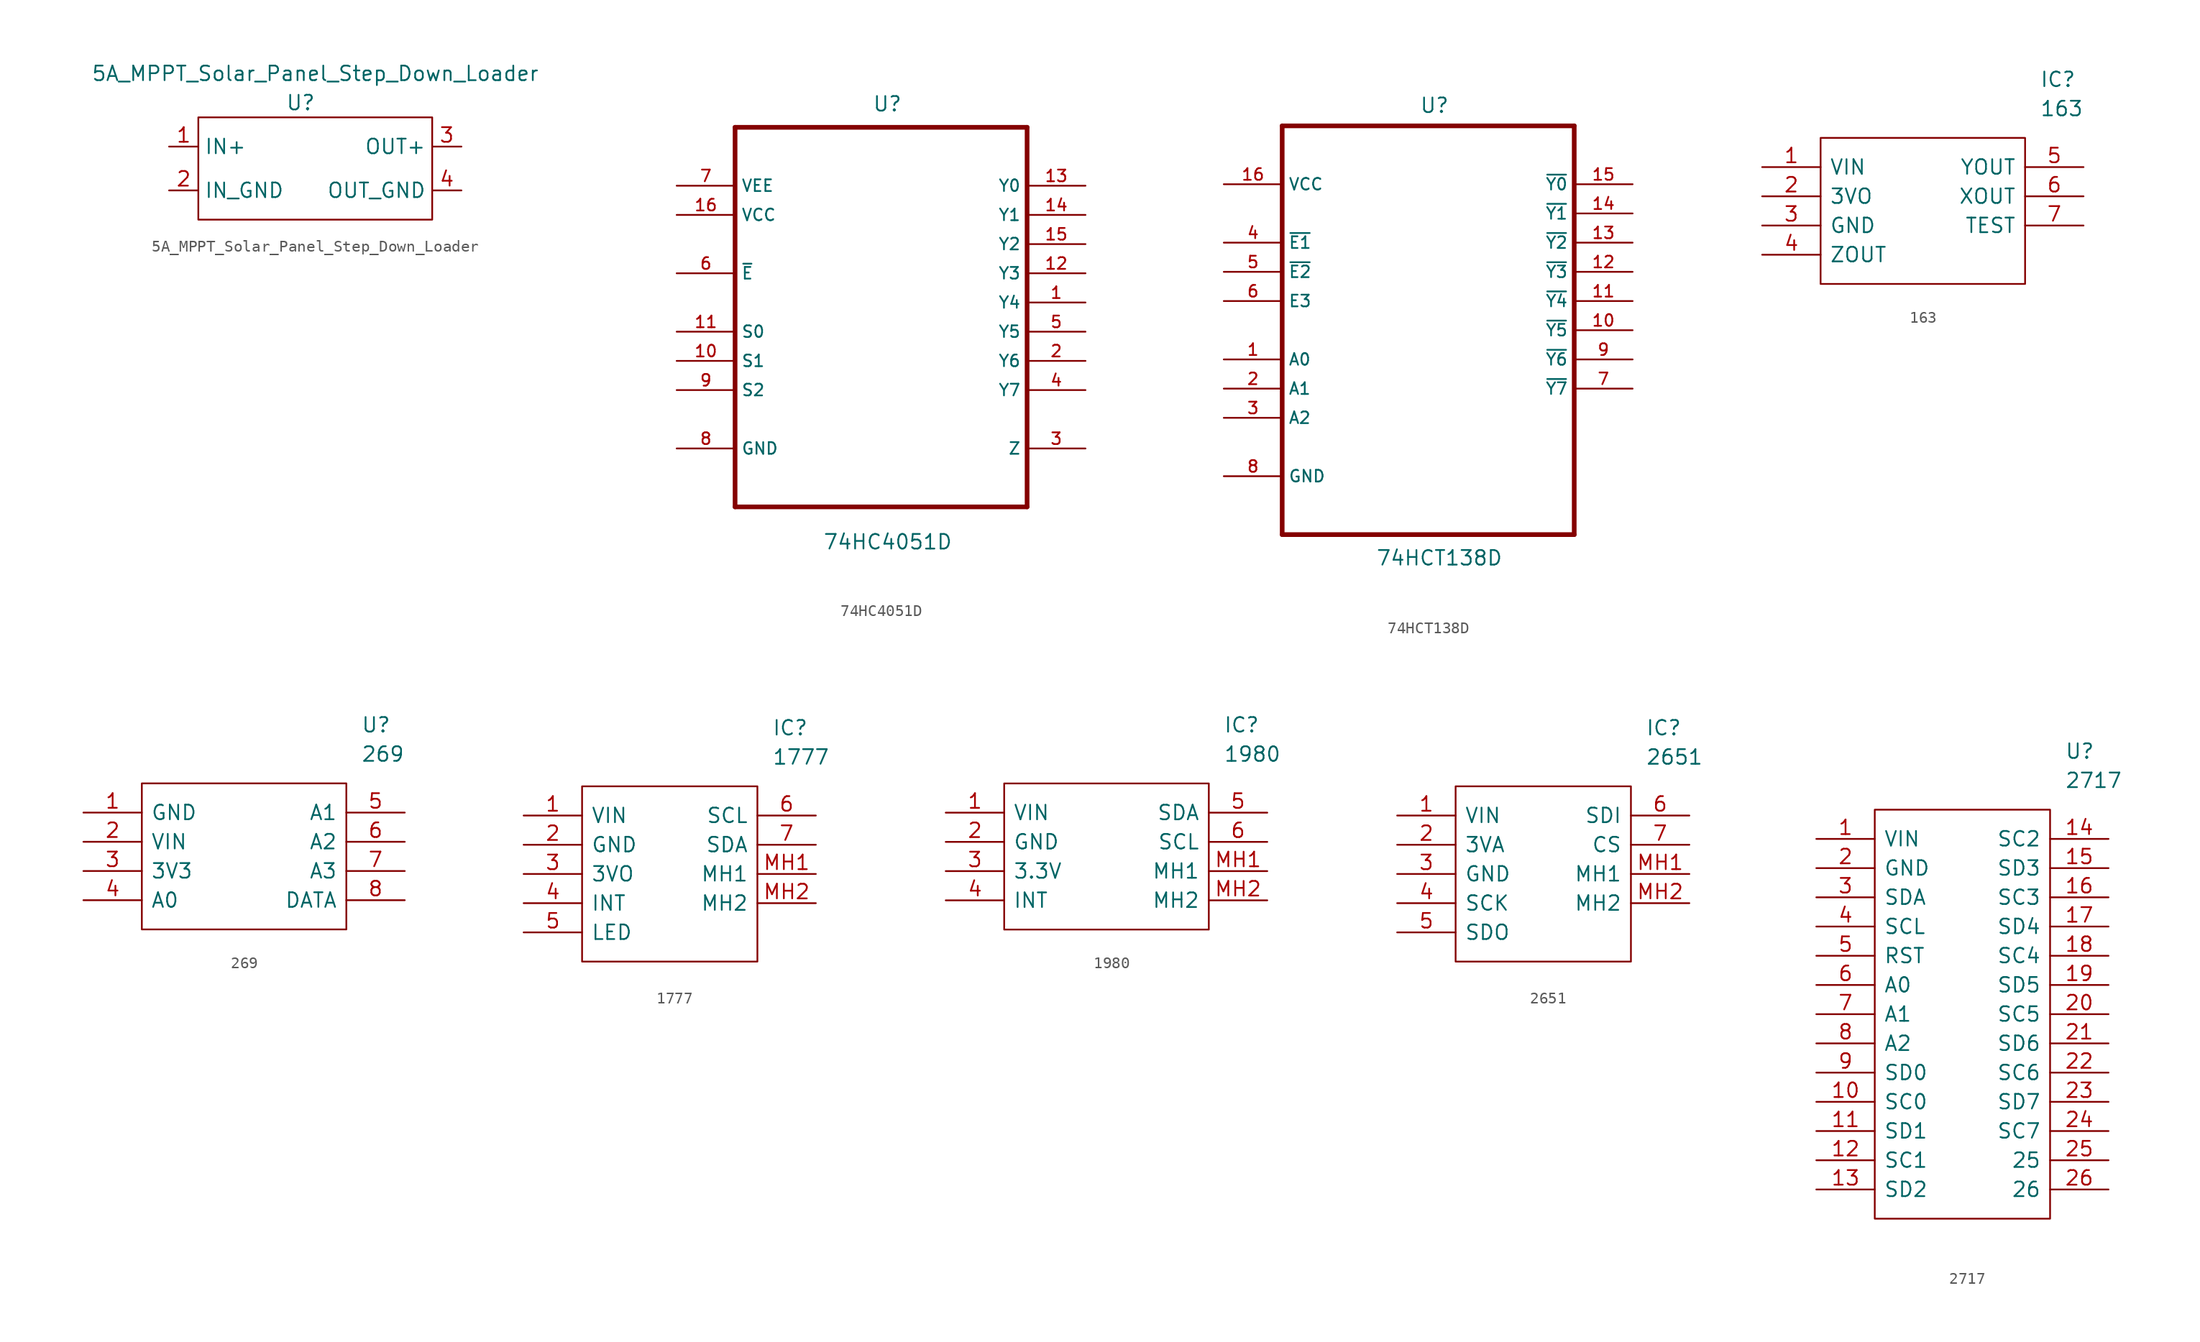
<source format=kicad_sym>
(kicad_symbol_lib
  (version 20201005)
  (generator kicad_symbol_editor)
  (symbol "Zimprich:5A_MPPT_Solar_Panel_Step_Down_Loader"
    (property "Reference" "U"
      (at -1.27 5.08 0)
      (effects (font (size 1.27 1.27))))
    (property "Value" "5A_MPPT_Solar_Panel_Step_Down_Loader"
      (at 0 7.62 0)
      (effects (font (size 1.27 1.27))))
    (symbol "5A_MPPT_Solar_Panel_Step_Down_Loader_0_1"
      (rectangle (start -10.16 3.81) (end 10.16 -5.08) (stroke (width 0)) (fill (type none))))
    (symbol "5A_MPPT_Solar_Panel_Step_Down_Loader_1_1"
      (pin input line (at -12.7 1.27 0) (length 2.54) (name "IN+" (effects (font (size 1.27 1.27)))) (number "1" (effects (font (size 1.27 1.27)))))
      (pin input line (at -12.7 -2.54 0) (length 2.54) (name "IN_GND" (effects (font (size 1.27 1.27)))) (number "2" (effects (font (size 1.27 1.27)))))
      (pin input line (at 12.7 1.27 180) (length 2.54) (name "OUT+" (effects (font (size 1.27 1.27)))) (number "3" (effects (font (size 1.27 1.27)))))
      (pin input line (at 12.7 -2.54 180) (length 2.54) (name "OUT_GND" (effects (font (size 1.27 1.27)))) (number "4" (effects (font (size 1.27 1.27)))))))
  (symbol "Zimprich:74HC4051D"
    (property "Reference" "U"
      (at -0.762 14.732 0)
      (effects (font (size 1.27 1.27)) (justify left)))
    (property "Value" "74HC4051D"
      (at -5.08 -23.368 0)
      (effects (font (size 1.27 1.27)) (justify left)))
    (symbol "74HC4051D_0_0"
      (polyline (pts (xy -12.7 -20.32) (xy 12.7 -20.32)) (stroke (width 0.406)) (fill (type none)))
      (polyline (pts (xy -12.7 12.7) (xy -12.7 -20.32)) (stroke (width 0.406)) (fill (type none)))
      (polyline (pts (xy 12.7 -20.32) (xy 12.7 12.7)) (stroke (width 0.406)) (fill (type none)))
      (polyline (pts (xy 12.7 12.7) (xy -12.7 12.7)) (stroke (width 0.406)) (fill (type none)))
      (pin bidirectional line (at 17.78 -2.54 180) (length 5.08) (name "Y4" (effects (font (size 1.016 1.016)))) (number "1" (effects (font (size 1.016 1.016)))))
      (pin input line (at -17.78 -7.62 0) (length 5.08) (name "S1" (effects (font (size 1.016 1.016)))) (number "10" (effects (font (size 1.016 1.016)))))
      (pin input line (at -17.78 -5.08 0) (length 5.08) (name "S0" (effects (font (size 1.016 1.016)))) (number "11" (effects (font (size 1.016 1.016)))))
      (pin bidirectional line (at 17.78 0 180) (length 5.08) (name "Y3" (effects (font (size 1.016 1.016)))) (number "12" (effects (font (size 1.016 1.016)))))
      (pin bidirectional line (at 17.78 7.62 180) (length 5.08) (name "Y0" (effects (font (size 1.016 1.016)))) (number "13" (effects (font (size 1.016 1.016)))))
      (pin bidirectional line (at 17.78 5.08 180) (length 5.08) (name "Y1" (effects (font (size 1.016 1.016)))) (number "14" (effects (font (size 1.016 1.016)))))
      (pin bidirectional line (at 17.78 2.54 180) (length 5.08) (name "Y2" (effects (font (size 1.016 1.016)))) (number "15" (effects (font (size 1.016 1.016)))))
      (pin input line (at -17.78 5.08 0) (length 5.08) (name "VCC" (effects (font (size 1.016 1.016)))) (number "16" (effects (font (size 1.016 1.016)))))
      (pin bidirectional line (at 17.78 -7.62 180) (length 5.08) (name "Y6" (effects (font (size 1.016 1.016)))) (number "2" (effects (font (size 1.016 1.016)))))
      (pin bidirectional line (at 17.78 -15.24 180) (length 5.08) (name "Z" (effects (font (size 1.016 1.016)))) (number "3" (effects (font (size 1.016 1.016)))))
      (pin bidirectional line (at 17.78 -10.16 180) (length 5.08) (name "Y7" (effects (font (size 1.016 1.016)))) (number "4" (effects (font (size 1.016 1.016)))))
      (pin bidirectional line (at 17.78 -5.08 180) (length 5.08) (name "Y5" (effects (font (size 1.016 1.016)))) (number "5" (effects (font (size 1.016 1.016)))))
      (pin input line (at -17.78 0 0) (length 5.08) (name "~E" (effects (font (size 1.016 1.016)))) (number "6" (effects (font (size 1.016 1.016)))))
      (pin input line (at -17.78 7.62 0) (length 5.08) (name "VEE" (effects (font (size 1.016 1.016)))) (number "7" (effects (font (size 1.016 1.016)))))
      (pin passive line (at -17.78 -15.24 0) (length 5.08) (name "GND" (effects (font (size 1.016 1.016)))) (number "8" (effects (font (size 1.016 1.016)))))
      (pin input line (at -17.78 -10.16 0) (length 5.08) (name "S2" (effects (font (size 1.016 1.016)))) (number "9" (effects (font (size 1.016 1.016)))))))
  (symbol "Zimprich:74HCT138D"
    (property "Reference" "U"
      (at -0.762 17.018 0)
      (effects (font (size 1.27 1.27)) (justify left)))
    (property "Value" "74HCT138D"
      (at -4.572 -22.352 0)
      (effects (font (size 1.27 1.27)) (justify left)))
    (property "ki_locked" ""
      (at 0 0 0)
      (effects (font (size 1.27 1.27))))
    (symbol "74HCT138D_0_0"
      (polyline (pts (xy -12.7 -20.32) (xy 12.7 -20.32)) (stroke (width 0.406)) (fill (type none)))
      (polyline (pts (xy -12.7 15.24) (xy -12.7 -20.32)) (stroke (width 0.406)) (fill (type none)))
      (polyline (pts (xy 12.7 -20.32) (xy 12.7 15.24)) (stroke (width 0.406)) (fill (type none)))
      (polyline (pts (xy 12.7 15.24) (xy -12.7 15.24)) (stroke (width 0.406)) (fill (type none)))
      (pin input line (at -17.78 -5.08 0) (length 5.08) (name "A0" (effects (font (size 1.016 1.016)))) (number "1" (effects (font (size 1.016 1.016)))))
      (pin output line (at 17.78 -2.54 180) (length 5.08) (name "~Y5" (effects (font (size 1.016 1.016)))) (number "10" (effects (font (size 1.016 1.016)))))
      (pin output line (at 17.78 0 180) (length 5.08) (name "~Y4" (effects (font (size 1.016 1.016)))) (number "11" (effects (font (size 1.016 1.016)))))
      (pin output line (at 17.78 2.54 180) (length 5.08) (name "~Y3" (effects (font (size 1.016 1.016)))) (number "12" (effects (font (size 1.016 1.016)))))
      (pin output line (at 17.78 5.08 180) (length 5.08) (name "~Y2" (effects (font (size 1.016 1.016)))) (number "13" (effects (font (size 1.016 1.016)))))
      (pin output line (at 17.78 7.62 180) (length 5.08) (name "~Y1" (effects (font (size 1.016 1.016)))) (number "14" (effects (font (size 1.016 1.016)))))
      (pin output line (at 17.78 10.16 180) (length 5.08) (name "~Y0" (effects (font (size 1.016 1.016)))) (number "15" (effects (font (size 1.016 1.016)))))
      (pin input line (at -17.78 10.16 0) (length 5.08) (name "VCC" (effects (font (size 1.016 1.016)))) (number "16" (effects (font (size 1.016 1.016)))))
      (pin input line (at -17.78 -7.62 0) (length 5.08) (name "A1" (effects (font (size 1.016 1.016)))) (number "2" (effects (font (size 1.016 1.016)))))
      (pin input line (at -17.78 -10.16 0) (length 5.08) (name "A2" (effects (font (size 1.016 1.016)))) (number "3" (effects (font (size 1.016 1.016)))))
      (pin input line (at -17.78 5.08 0) (length 5.08) (name "~E1" (effects (font (size 1.016 1.016)))) (number "4" (effects (font (size 1.016 1.016)))))
      (pin input line (at -17.78 2.54 0) (length 5.08) (name "~E2" (effects (font (size 1.016 1.016)))) (number "5" (effects (font (size 1.016 1.016)))))
      (pin input line (at -17.78 0 0) (length 5.08) (name "E3" (effects (font (size 1.016 1.016)))) (number "6" (effects (font (size 1.016 1.016)))))
      (pin output line (at 17.78 -7.62 180) (length 5.08) (name "~Y7" (effects (font (size 1.016 1.016)))) (number "7" (effects (font (size 1.016 1.016)))))
      (pin passive line (at -17.78 -15.24 0) (length 5.08) (name "GND" (effects (font (size 1.016 1.016)))) (number "8" (effects (font (size 1.016 1.016)))))
      (pin output line (at 17.78 -5.08 180) (length 5.08) (name "~Y6" (effects (font (size 1.016 1.016)))) (number "9" (effects (font (size 1.016 1.016)))))))
  (symbol "Zimprich:163"
    (pin_names
      (offset 0.762))
    (property "Reference" "IC"
      (at 24.13 7.62 0)
      (effects (font (size 1.27 1.27)) (justify left)))
    (property "Value" "163"
      (at 24.13 5.08 0)
      (effects (font (size 1.27 1.27)) (justify left)))
    (symbol "163_0_0"
      (pin bidirectional line (at 0 0 0) (length 5.08) (name "VIN" (effects (font (size 1.27 1.27)))) (number "1" (effects (font (size 1.27 1.27)))))
      (pin bidirectional line (at 0 -2.54 0) (length 5.08) (name "3VO" (effects (font (size 1.27 1.27)))) (number "2" (effects (font (size 1.27 1.27)))))
      (pin bidirectional line (at 0 -5.08 0) (length 5.08) (name "GND" (effects (font (size 1.27 1.27)))) (number "3" (effects (font (size 1.27 1.27)))))
      (pin bidirectional line (at 0 -7.62 0) (length 5.08) (name "ZOUT" (effects (font (size 1.27 1.27)))) (number "4" (effects (font (size 1.27 1.27)))))
      (pin bidirectional line (at 27.94 0 180) (length 5.08) (name "YOUT" (effects (font (size 1.27 1.27)))) (number "5" (effects (font (size 1.27 1.27)))))
      (pin bidirectional line (at 27.94 -2.54 180) (length 5.08) (name "XOUT" (effects (font (size 1.27 1.27)))) (number "6" (effects (font (size 1.27 1.27)))))
      (pin bidirectional line (at 27.94 -5.08 180) (length 5.08) (name "TEST" (effects (font (size 1.27 1.27)))) (number "7" (effects (font (size 1.27 1.27))))))
    (symbol "163_0_1"
      (polyline (pts (xy 5.08 2.54) (xy 22.86 2.54) (xy 22.86 -10.16) (xy 5.08 -10.16) (xy 5.08 2.54)) (stroke (width 0.152)) (fill (type none)))))
  (symbol "Zimprich:269"
    (pin_names
      (offset 0.762))
    (property "Reference" "U"
      (at 24.13 7.62 0)
      (effects (font (size 1.27 1.27)) (justify left)))
    (property "Value" "269"
      (at 24.13 5.08 0)
      (effects (font (size 1.27 1.27)) (justify left)))
    (symbol "269_0_0"
      (pin bidirectional line (at 0 0 0) (length 5.08) (name "GND" (effects (font (size 1.27 1.27)))) (number "1" (effects (font (size 1.27 1.27)))))
      (pin bidirectional line (at 0 -2.54 0) (length 5.08) (name "VIN" (effects (font (size 1.27 1.27)))) (number "2" (effects (font (size 1.27 1.27)))))
      (pin bidirectional line (at 0 -5.08 0) (length 5.08) (name "3V3" (effects (font (size 1.27 1.27)))) (number "3" (effects (font (size 1.27 1.27)))))
      (pin bidirectional line (at 0 -7.62 0) (length 5.08) (name "A0" (effects (font (size 1.27 1.27)))) (number "4" (effects (font (size 1.27 1.27)))))
      (pin bidirectional line (at 27.94 0 180) (length 5.08) (name "A1" (effects (font (size 1.27 1.27)))) (number "5" (effects (font (size 1.27 1.27)))))
      (pin bidirectional line (at 27.94 -2.54 180) (length 5.08) (name "A2" (effects (font (size 1.27 1.27)))) (number "6" (effects (font (size 1.27 1.27)))))
      (pin bidirectional line (at 27.94 -5.08 180) (length 5.08) (name "A3" (effects (font (size 1.27 1.27)))) (number "7" (effects (font (size 1.27 1.27)))))
      (pin bidirectional line (at 27.94 -7.62 180) (length 5.08) (name "DATA" (effects (font (size 1.27 1.27)))) (number "8" (effects (font (size 1.27 1.27))))))
    (symbol "269_0_1"
      (polyline (pts (xy 5.08 2.54) (xy 22.86 2.54) (xy 22.86 -10.16) (xy 5.08 -10.16) (xy 5.08 2.54)) (stroke (width 0.152)) (fill (type none)))))
  (symbol "Zimprich:1777"
    (pin_names
      (offset 0.762))
    (property "Reference" "IC"
      (at 21.59 7.62 0)
      (effects (font (size 1.27 1.27)) (justify left)))
    (property "Value" "1777"
      (at 21.59 5.08 0)
      (effects (font (size 1.27 1.27)) (justify left)))
    (symbol "1777_0_0"
      (pin unspecified line (at 0 0 0) (length 5.08) (name "VIN" (effects (font (size 1.27 1.27)))) (number "1" (effects (font (size 1.27 1.27)))))
      (pin unspecified line (at 0 -2.54 0) (length 5.08) (name "GND" (effects (font (size 1.27 1.27)))) (number "2" (effects (font (size 1.27 1.27)))))
      (pin unspecified line (at 0 -5.08 0) (length 5.08) (name "3VO" (effects (font (size 1.27 1.27)))) (number "3" (effects (font (size 1.27 1.27)))))
      (pin unspecified line (at 0 -7.62 0) (length 5.08) (name "INT" (effects (font (size 1.27 1.27)))) (number "4" (effects (font (size 1.27 1.27)))))
      (pin unspecified line (at 0 -10.16 0) (length 5.08) (name "LED" (effects (font (size 1.27 1.27)))) (number "5" (effects (font (size 1.27 1.27)))))
      (pin unspecified line (at 25.4 0 180) (length 5.08) (name "SCL" (effects (font (size 1.27 1.27)))) (number "6" (effects (font (size 1.27 1.27)))))
      (pin unspecified line (at 25.4 -2.54 180) (length 5.08) (name "SDA" (effects (font (size 1.27 1.27)))) (number "7" (effects (font (size 1.27 1.27)))))
      (pin unspecified line (at 25.4 -5.08 180) (length 5.08) (name "MH1" (effects (font (size 1.27 1.27)))) (number "MH1" (effects (font (size 1.27 1.27)))))
      (pin unspecified line (at 25.4 -7.62 180) (length 5.08) (name "MH2" (effects (font (size 1.27 1.27)))) (number "MH2" (effects (font (size 1.27 1.27))))))
    (symbol "1777_0_1"
      (polyline (pts (xy 5.08 2.54) (xy 20.32 2.54) (xy 20.32 -12.7) (xy 5.08 -12.7) (xy 5.08 2.54)) (stroke (width 0.152)) (fill (type none)))))
  (symbol "Zimprich:1980"
    (pin_names
      (offset 0.762))
    (property "Reference" "IC"
      (at 24.13 7.62 0)
      (effects (font (size 1.27 1.27)) (justify left)))
    (property "Value" "1980"
      (at 24.13 5.08 0)
      (effects (font (size 1.27 1.27)) (justify left)))
    (symbol "1980_0_0"
      (pin bidirectional line (at 0 0 0) (length 5.08) (name "VIN" (effects (font (size 1.27 1.27)))) (number "1" (effects (font (size 1.27 1.27)))))
      (pin bidirectional line (at 0 -2.54 0) (length 5.08) (name "GND" (effects (font (size 1.27 1.27)))) (number "2" (effects (font (size 1.27 1.27)))))
      (pin bidirectional line (at 0 -5.08 0) (length 5.08) (name "3.3V" (effects (font (size 1.27 1.27)))) (number "3" (effects (font (size 1.27 1.27)))))
      (pin bidirectional line (at 0 -7.62 0) (length 5.08) (name "INT" (effects (font (size 1.27 1.27)))) (number "4" (effects (font (size 1.27 1.27)))))
      (pin bidirectional line (at 27.94 0 180) (length 5.08) (name "SDA" (effects (font (size 1.27 1.27)))) (number "5" (effects (font (size 1.27 1.27)))))
      (pin bidirectional line (at 27.94 -2.54 180) (length 5.08) (name "SCL" (effects (font (size 1.27 1.27)))) (number "6" (effects (font (size 1.27 1.27)))))
      (pin bidirectional line (at 27.94 -5.08 180) (length 5.08) (name "MH1" (effects (font (size 1.27 1.27)))) (number "MH1" (effects (font (size 1.27 1.27)))))
      (pin bidirectional line (at 27.94 -7.62 180) (length 5.08) (name "MH2" (effects (font (size 1.27 1.27)))) (number "MH2" (effects (font (size 1.27 1.27))))))
    (symbol "1980_0_1"
      (polyline (pts (xy 5.08 2.54) (xy 22.86 2.54) (xy 22.86 -10.16) (xy 5.08 -10.16) (xy 5.08 2.54)) (stroke (width 0.152)) (fill (type none)))))
  (symbol "Zimprich:2651"
    (pin_names
      (offset 0.762))
    (property "Reference" "IC"
      (at 21.59 7.62 0)
      (effects (font (size 1.27 1.27)) (justify left)))
    (property "Value" "2651"
      (at 21.59 5.08 0)
      (effects (font (size 1.27 1.27)) (justify left)))
    (symbol "2651_0_0"
      (pin bidirectional line (at 0 0 0) (length 5.08) (name "VIN" (effects (font (size 1.27 1.27)))) (number "1" (effects (font (size 1.27 1.27)))))
      (pin bidirectional line (at 0 -2.54 0) (length 5.08) (name "3VA" (effects (font (size 1.27 1.27)))) (number "2" (effects (font (size 1.27 1.27)))))
      (pin bidirectional line (at 0 -5.08 0) (length 5.08) (name "GND" (effects (font (size 1.27 1.27)))) (number "3" (effects (font (size 1.27 1.27)))))
      (pin bidirectional line (at 0 -7.62 0) (length 5.08) (name "SCK" (effects (font (size 1.27 1.27)))) (number "4" (effects (font (size 1.27 1.27)))))
      (pin bidirectional line (at 0 -10.16 0) (length 5.08) (name "SDO" (effects (font (size 1.27 1.27)))) (number "5" (effects (font (size 1.27 1.27)))))
      (pin bidirectional line (at 25.4 0 180) (length 5.08) (name "SDI" (effects (font (size 1.27 1.27)))) (number "6" (effects (font (size 1.27 1.27)))))
      (pin bidirectional line (at 25.4 -2.54 180) (length 5.08) (name "CS" (effects (font (size 1.27 1.27)))) (number "7" (effects (font (size 1.27 1.27)))))
      (pin bidirectional line (at 25.4 -5.08 180) (length 5.08) (name "MH1" (effects (font (size 1.27 1.27)))) (number "MH1" (effects (font (size 1.27 1.27)))))
      (pin bidirectional line (at 25.4 -7.62 180) (length 5.08) (name "MH2" (effects (font (size 1.27 1.27)))) (number "MH2" (effects (font (size 1.27 1.27))))))
    (symbol "2651_0_1"
      (polyline (pts (xy 5.08 2.54) (xy 20.32 2.54) (xy 20.32 -12.7) (xy 5.08 -12.7) (xy 5.08 2.54)) (stroke (width 0.152)) (fill (type none)))))
  (symbol "Zimprich:2717"
    (pin_names
      (offset 0.762))
    (property "Reference" "U"
      (at 21.59 7.62 0)
      (effects (font (size 1.27 1.27)) (justify left)))
    (property "Value" "2717"
      (at 21.59 5.08 0)
      (effects (font (size 1.27 1.27)) (justify left)))
    (symbol "2717_0_0"
      (pin unspecified line (at 0 0 0) (length 5.08) (name "VIN" (effects (font (size 1.27 1.27)))) (number "1" (effects (font (size 1.27 1.27)))))
      (pin unspecified line (at 0 -22.86 0) (length 5.08) (name "SC0" (effects (font (size 1.27 1.27)))) (number "10" (effects (font (size 1.27 1.27)))))
      (pin unspecified line (at 0 -25.4 0) (length 5.08) (name "SD1" (effects (font (size 1.27 1.27)))) (number "11" (effects (font (size 1.27 1.27)))))
      (pin unspecified line (at 0 -27.94 0) (length 5.08) (name "SC1" (effects (font (size 1.27 1.27)))) (number "12" (effects (font (size 1.27 1.27)))))
      (pin unspecified line (at 0 -30.48 0) (length 5.08) (name "SD2" (effects (font (size 1.27 1.27)))) (number "13" (effects (font (size 1.27 1.27)))))
      (pin unspecified line (at 25.4 0 180) (length 5.08) (name "SC2" (effects (font (size 1.27 1.27)))) (number "14" (effects (font (size 1.27 1.27)))))
      (pin unspecified line (at 25.4 -2.54 180) (length 5.08) (name "SD3" (effects (font (size 1.27 1.27)))) (number "15" (effects (font (size 1.27 1.27)))))
      (pin unspecified line (at 25.4 -5.08 180) (length 5.08) (name "SC3" (effects (font (size 1.27 1.27)))) (number "16" (effects (font (size 1.27 1.27)))))
      (pin unspecified line (at 25.4 -7.62 180) (length 5.08) (name "SD4" (effects (font (size 1.27 1.27)))) (number "17" (effects (font (size 1.27 1.27)))))
      (pin unspecified line (at 25.4 -10.16 180) (length 5.08) (name "SC4" (effects (font (size 1.27 1.27)))) (number "18" (effects (font (size 1.27 1.27)))))
      (pin unspecified line (at 25.4 -12.7 180) (length 5.08) (name "SD5" (effects (font (size 1.27 1.27)))) (number "19" (effects (font (size 1.27 1.27)))))
      (pin unspecified line (at 0 -2.54 0) (length 5.08) (name "GND" (effects (font (size 1.27 1.27)))) (number "2" (effects (font (size 1.27 1.27)))))
      (pin unspecified line (at 25.4 -15.24 180) (length 5.08) (name "SC5" (effects (font (size 1.27 1.27)))) (number "20" (effects (font (size 1.27 1.27)))))
      (pin unspecified line (at 25.4 -17.78 180) (length 5.08) (name "SD6" (effects (font (size 1.27 1.27)))) (number "21" (effects (font (size 1.27 1.27)))))
      (pin unspecified line (at 25.4 -20.32 180) (length 5.08) (name "SC6" (effects (font (size 1.27 1.27)))) (number "22" (effects (font (size 1.27 1.27)))))
      (pin unspecified line (at 25.4 -22.86 180) (length 5.08) (name "SD7" (effects (font (size 1.27 1.27)))) (number "23" (effects (font (size 1.27 1.27)))))
      (pin unspecified line (at 25.4 -25.4 180) (length 5.08) (name "SC7" (effects (font (size 1.27 1.27)))) (number "24" (effects (font (size 1.27 1.27)))))
      (pin unspecified line (at 25.4 -27.94 180) (length 5.08) (name "25" (effects (font (size 1.27 1.27)))) (number "25" (effects (font (size 1.27 1.27)))))
      (pin unspecified line (at 25.4 -30.48 180) (length 5.08) (name "26" (effects (font (size 1.27 1.27)))) (number "26" (effects (font (size 1.27 1.27)))))
      (pin unspecified line (at 0 -5.08 0) (length 5.08) (name "SDA" (effects (font (size 1.27 1.27)))) (number "3" (effects (font (size 1.27 1.27)))))
      (pin unspecified line (at 0 -7.62 0) (length 5.08) (name "SCL" (effects (font (size 1.27 1.27)))) (number "4" (effects (font (size 1.27 1.27)))))
      (pin unspecified line (at 0 -10.16 0) (length 5.08) (name "RST" (effects (font (size 1.27 1.27)))) (number "5" (effects (font (size 1.27 1.27)))))
      (pin unspecified line (at 0 -12.7 0) (length 5.08) (name "A0" (effects (font (size 1.27 1.27)))) (number "6" (effects (font (size 1.27 1.27)))))
      (pin unspecified line (at 0 -15.24 0) (length 5.08) (name "A1" (effects (font (size 1.27 1.27)))) (number "7" (effects (font (size 1.27 1.27)))))
      (pin unspecified line (at 0 -17.78 0) (length 5.08) (name "A2" (effects (font (size 1.27 1.27)))) (number "8" (effects (font (size 1.27 1.27)))))
      (pin unspecified line (at 0 -20.32 0) (length 5.08) (name "SD0" (effects (font (size 1.27 1.27)))) (number "9" (effects (font (size 1.27 1.27))))))
    (symbol "2717_0_1"
      (polyline (pts (xy 5.08 2.54) (xy 20.32 2.54) (xy 20.32 -33.02) (xy 5.08 -33.02) (xy 5.08 2.54)) (stroke (width 0.152)) (fill (type none))))))
</source>
